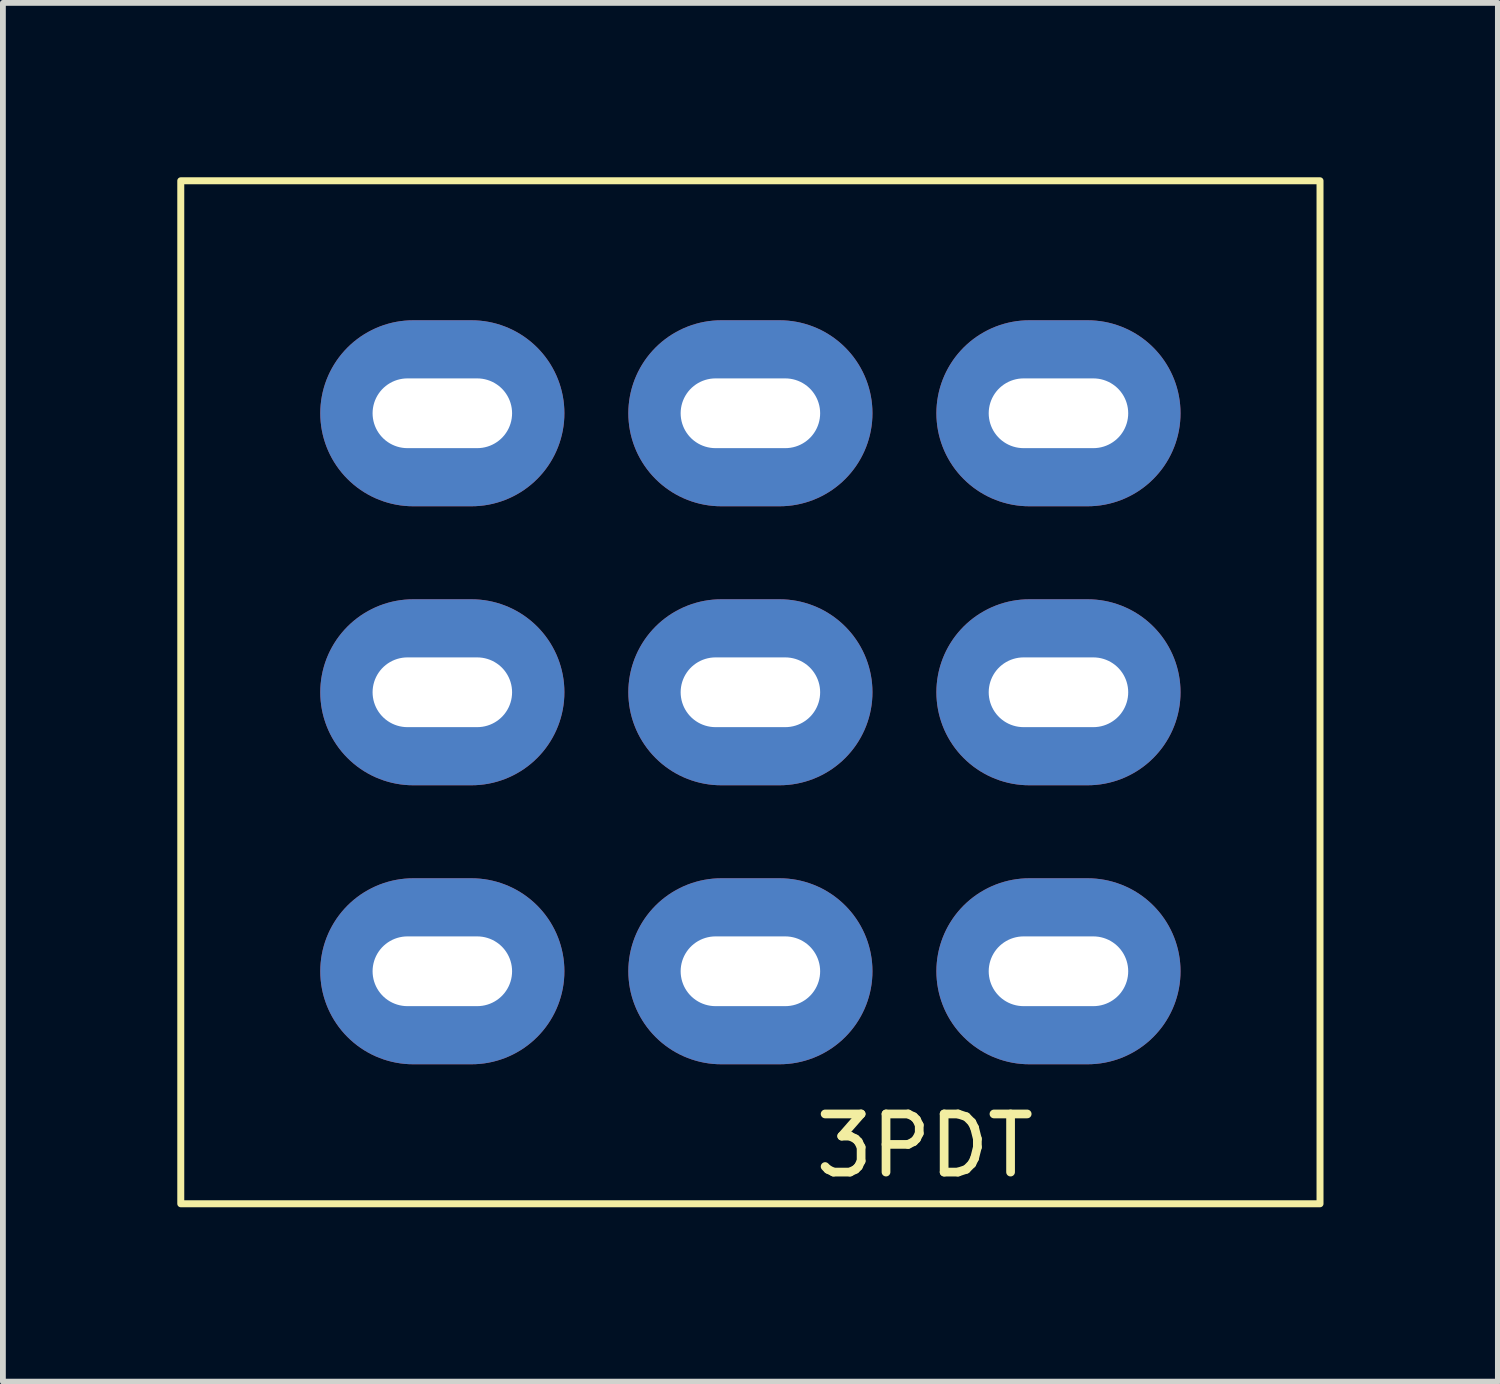
<source format=kicad_pcb>
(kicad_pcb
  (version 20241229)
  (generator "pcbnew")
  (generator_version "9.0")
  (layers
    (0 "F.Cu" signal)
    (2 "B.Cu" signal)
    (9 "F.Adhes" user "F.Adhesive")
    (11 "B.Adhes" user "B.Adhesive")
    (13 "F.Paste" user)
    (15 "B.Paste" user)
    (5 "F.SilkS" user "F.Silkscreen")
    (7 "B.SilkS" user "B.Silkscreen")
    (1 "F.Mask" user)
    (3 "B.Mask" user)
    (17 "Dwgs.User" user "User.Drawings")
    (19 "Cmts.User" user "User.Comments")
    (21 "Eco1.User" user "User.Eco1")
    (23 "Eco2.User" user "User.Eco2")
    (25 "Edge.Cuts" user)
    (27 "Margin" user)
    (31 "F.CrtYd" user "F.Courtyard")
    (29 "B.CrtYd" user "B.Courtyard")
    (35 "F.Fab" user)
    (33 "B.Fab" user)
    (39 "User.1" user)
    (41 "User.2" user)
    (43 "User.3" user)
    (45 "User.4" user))
  (footprint "3PDT"
    (layer "F.Cu")
    (at 11.46 10.46)
    (property "Reference" "3PDT" (at 1.4 6.2 0) (unlocked yes) (layer "F.SilkS") (effects (font (size 1 1) (thickness 0.15))))
    (fp_rect (start -11.4 7.2) (end 8.2 -10.4) (stroke (width 0.12) (type solid)) (fill no) (layer "F.SilkS"))
    (pad "1" thru_hole oval (at -6.9 -6.4 90) (size 3.2 4.2) (drill oval 1.2 2.4) (layers "*.Cu" "*.Mask"))
    (pad "2" thru_hole oval (at -1.6 -6.4 90) (size 3.2 4.2) (drill oval 1.2 2.4) (layers "*.Cu" "*.Mask"))
    (pad "3" thru_hole oval (at 3.7 -6.4 90) (size 3.2 4.2) (drill oval 1.2 2.4) (layers "*.Cu" "*.Mask"))
    (pad "4" thru_hole oval (at -6.9 -1.6 90) (size 3.2 4.2) (drill oval 1.2 2.4) (layers "*.Cu" "*.Mask"))
    (pad "5" thru_hole oval (at -1.6 -1.6 90) (size 3.2 4.2) (drill oval 1.2 2.4) (layers "*.Cu" "*.Mask"))
    (pad "6" thru_hole oval (at 3.7 -1.6 90) (size 3.2 4.2) (drill oval 1.2 2.4) (layers "*.Cu" "*.Mask"))
    (pad "7" thru_hole oval (at -6.9 3.2 270) (size 3.2 4.2) (drill oval 1.2 2.4) (layers "*.Cu" "*.Mask"))
    (pad "8" thru_hole oval (at -1.6 3.2 90) (size 3.2 4.2) (drill oval 1.2 2.4) (layers "*.Cu" "*.Mask"))
    (pad "9" thru_hole oval (at 3.7 3.2 90) (size 3.2 4.2) (drill oval 1.2 2.4) (layers "*.Cu" "*.Mask")))
  (gr_rect
    (start -3 -3)
    (end 22.72 20.72)
    (stroke (width 0.1) (type default))
    (fill no)
    (layer "Edge.Cuts")))
</source>
